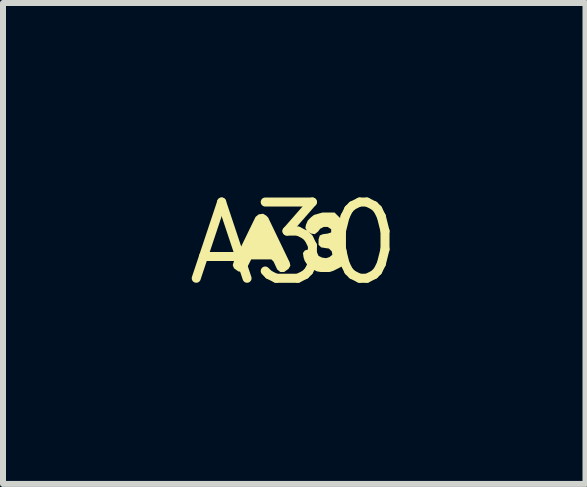
<source format=kicad_pcb>
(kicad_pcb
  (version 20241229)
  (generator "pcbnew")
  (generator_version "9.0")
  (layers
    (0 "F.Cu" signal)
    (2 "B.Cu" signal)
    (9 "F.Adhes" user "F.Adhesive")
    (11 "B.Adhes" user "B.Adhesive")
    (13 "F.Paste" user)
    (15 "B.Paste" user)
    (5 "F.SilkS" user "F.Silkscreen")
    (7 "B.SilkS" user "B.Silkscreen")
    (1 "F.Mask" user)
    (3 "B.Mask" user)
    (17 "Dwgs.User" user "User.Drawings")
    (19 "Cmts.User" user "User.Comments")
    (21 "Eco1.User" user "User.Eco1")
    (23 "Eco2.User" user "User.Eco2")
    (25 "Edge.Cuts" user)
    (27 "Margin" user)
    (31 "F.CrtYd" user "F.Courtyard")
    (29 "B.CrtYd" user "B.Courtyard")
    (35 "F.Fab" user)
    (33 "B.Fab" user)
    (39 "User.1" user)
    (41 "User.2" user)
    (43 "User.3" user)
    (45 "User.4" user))
  (footprint "A30"
    (layer "F.Cu")
    (at 1.852 1.006)
    (property "Reference" "A30" (at 0 0 0) (layer "F.SilkS") (effects (font (size 1.27 1.27) (thickness 0.15))))
    (fp_poly (pts (xy -0.467 -0.464) (xy -0.436 -0.433) (xy -0.075 0.318) (xy -0.065 0.371) (xy -0.096 0.423) (xy -0.168 0.475) (xy -0.232 0.475) (xy -0.284 0.433) (xy -0.344 0.303) (xy -0.382 0.265) (xy -0.717 0.265) (xy -0.776 0.382) (xy -0.806 0.444) (xy -0.869 0.475) (xy -0.932 0.465) (xy -1.004 0.413) (xy -1.025 0.36) (xy -1.005 0.298) (xy -0.674 -0.382) (xy -0.644 -0.443) (xy -0.592 -0.485) (xy -0.519 -0.495)) (stroke (width 0) (type solid)) (fill yes) (layer "F.SilkS"))
    (fp_poly (pts (xy 0.774 -0.413) (xy 0.814 -0.363) (xy 0.845 -0.302) (xy 0.855 -0.23) (xy 0.855 -0.159) (xy 0.824 -0.097) (xy 0.785 -0.058) (xy 0.785 -0.022) (xy 0.834 0.027) (xy 0.865 0.088) (xy 0.875 0.15) (xy 0.875 0.221) (xy 0.855 0.282) (xy 0.814 0.343) (xy 0.773 0.394) (xy 0.652 0.455) (xy 0.591 0.475) (xy 0.44 0.475) (xy 0.378 0.465) (xy 0.257 0.404) (xy 0.216 0.353) (xy 0.175 0.292) (xy 0.155 0.231) (xy 0.145 0.159) (xy 0.177 0.116) (xy 0.25 0.095) (xy 0.332 0.105) (xy 0.374 0.137) (xy 0.404 0.206) (xy 0.462 0.235) (xy 0.53 0.245) (xy 0.588 0.226) (xy 0.635 0.188) (xy 0.625 0.132) (xy 0.578 0.085) (xy 0.509 0.075) (xy 0.448 0.065) (xy 0.405 0.022) (xy 0.405 -0.071) (xy 0.426 -0.134) (xy 0.479 -0.155) (xy 0.559 -0.165) (xy 0.615 -0.184) (xy 0.615 -0.237) (xy 0.558 -0.275) (xy 0.491 -0.275) (xy 0.433 -0.246) (xy 0.394 -0.196) (xy 0.341 -0.155) (xy 0.278 -0.165) (xy 0.216 -0.206) (xy 0.185 -0.259) (xy 0.195 -0.311) (xy 0.226 -0.383) (xy 0.277 -0.434) (xy 0.328 -0.475) (xy 0.399 -0.495) (xy 0.469 -0.515) (xy 0.672 -0.515)) (stroke (width 0) (type solid)) (fill yes) (layer "F.SilkS")))
  (gr_rect
    (start -3 -3)
    (end 6.704 5.012)
    (stroke (width 0.1) (type default))
    (fill no)
    (layer "Edge.Cuts")))
</source>
